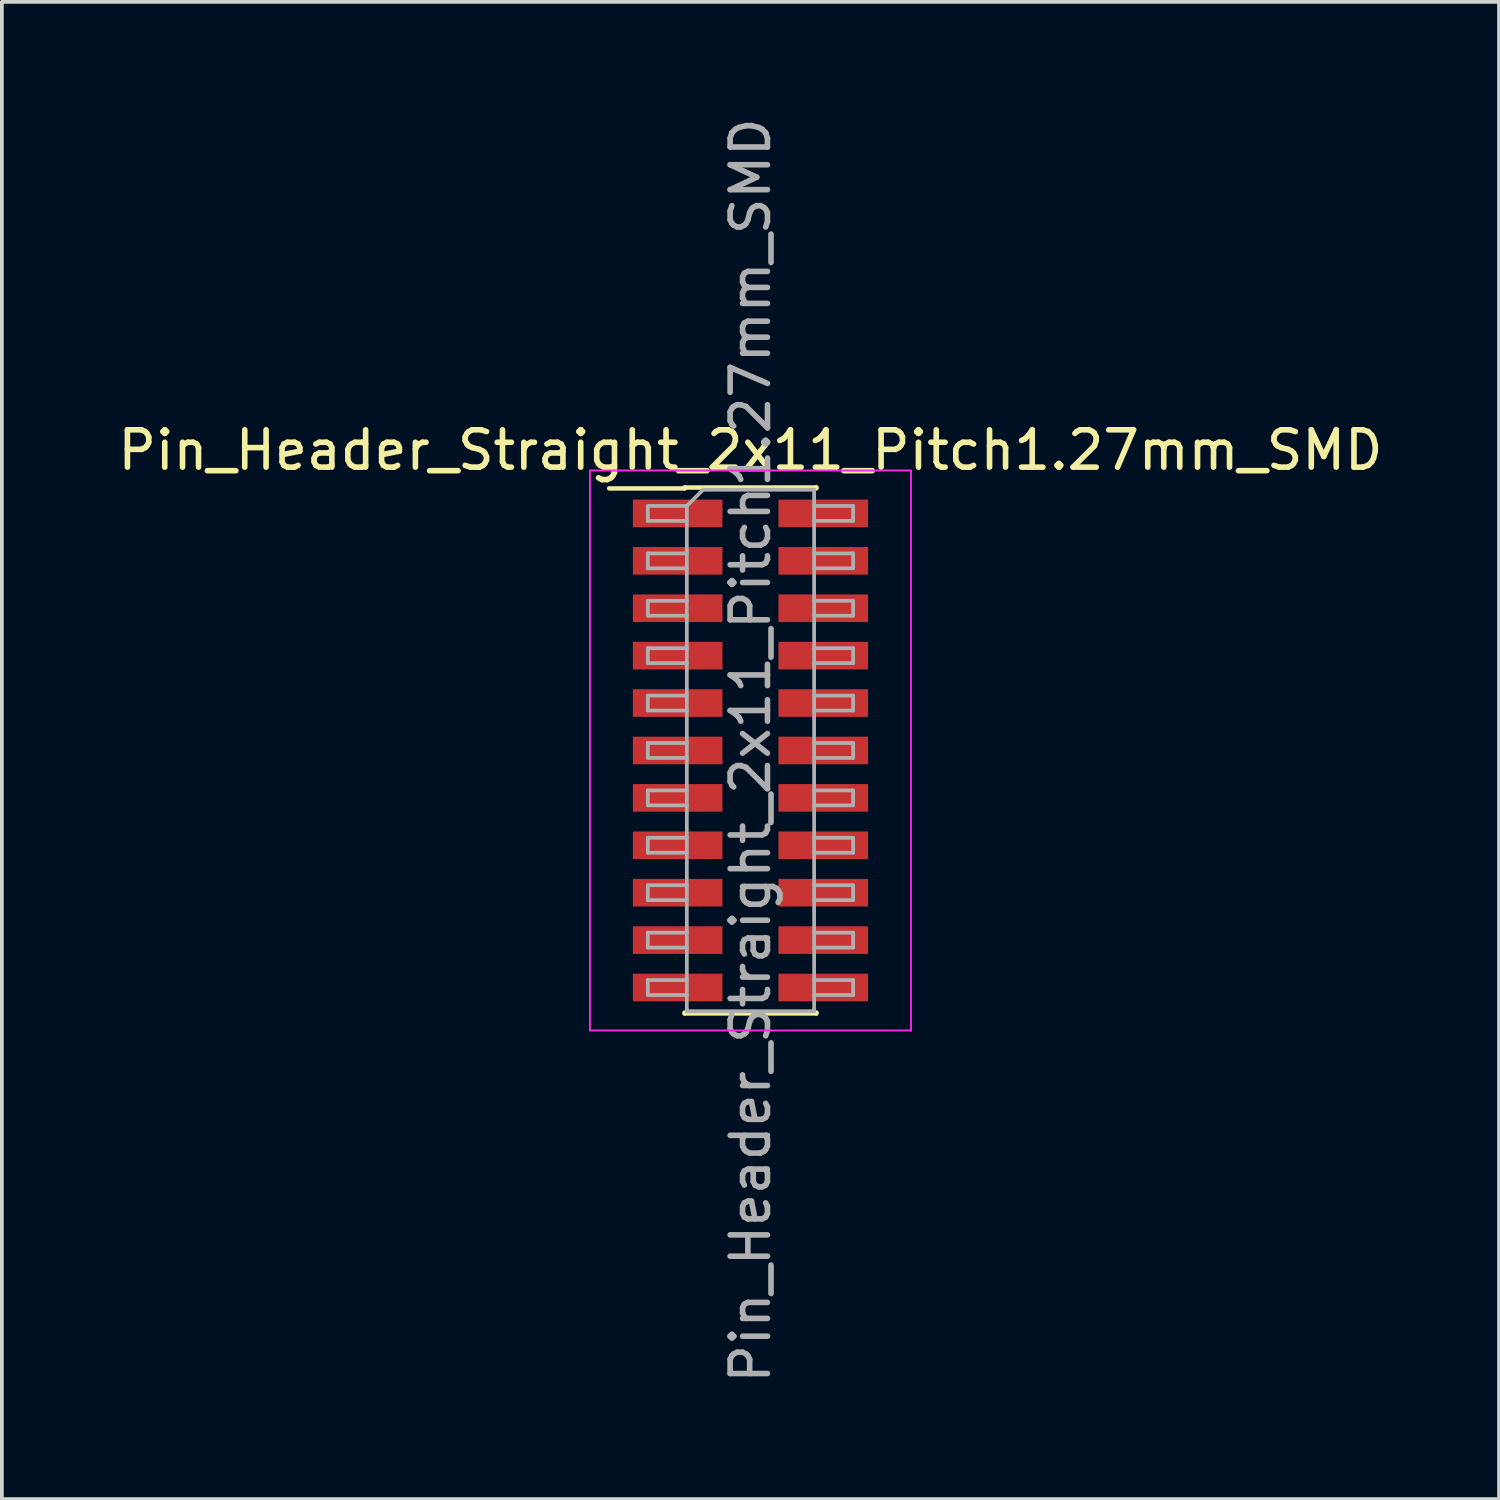
<source format=kicad_pcb>
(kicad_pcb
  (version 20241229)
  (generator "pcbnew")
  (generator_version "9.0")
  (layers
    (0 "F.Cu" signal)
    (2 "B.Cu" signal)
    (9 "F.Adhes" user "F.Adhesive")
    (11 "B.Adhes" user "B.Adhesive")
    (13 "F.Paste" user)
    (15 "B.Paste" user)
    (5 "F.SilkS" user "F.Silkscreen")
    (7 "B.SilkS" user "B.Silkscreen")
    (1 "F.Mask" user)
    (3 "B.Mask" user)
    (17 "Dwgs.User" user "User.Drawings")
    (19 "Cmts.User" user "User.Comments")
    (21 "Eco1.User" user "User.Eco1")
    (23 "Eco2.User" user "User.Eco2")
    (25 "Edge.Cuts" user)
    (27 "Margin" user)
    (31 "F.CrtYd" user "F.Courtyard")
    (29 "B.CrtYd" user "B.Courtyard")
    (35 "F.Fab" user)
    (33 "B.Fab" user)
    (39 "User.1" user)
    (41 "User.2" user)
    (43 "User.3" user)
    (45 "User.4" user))
  (footprint "Pin_Header_Straight_2x11_Pitch1.27mm_SMD"
    (layer "F.Cu")
    (at 17.054 17.054)
    (property "Reference" "Pin_Header_Straight_2x11_Pitch1.27mm_SMD" (at 0 -8.045 0) (layer "F.SilkS") (effects (font (size 1 1) (thickness 0.15))))
    (attr smd)
    (fp_line (start -3.785 -7.02) (end -1.765 -7.02) (stroke (width 0.12) (type solid)) (layer "F.SilkS"))
    (fp_line (start -1.765 -7.045) (end 1.765 -7.045) (stroke (width 0.12) (type solid)) (layer "F.SilkS"))
    (fp_line (start -1.765 -7.02) (end -1.765 -7.045) (stroke (width 0.12) (type solid)) (layer "F.SilkS"))
    (fp_line (start -1.765 7.02) (end -1.765 7.045) (stroke (width 0.12) (type solid)) (layer "F.SilkS"))
    (fp_line (start -1.765 7.045) (end 1.765 7.045) (stroke (width 0.12) (type solid)) (layer "F.SilkS"))
    (fp_line (start 1.765 -7.045) (end 1.765 -7.02) (stroke (width 0.12) (type solid)) (layer "F.SilkS"))
    (fp_line (start 1.765 7.045) (end 1.765 7.02) (stroke (width 0.12) (type solid)) (layer "F.SilkS"))
    (fp_line (start -4.3 -7.5) (end -4.3 7.5) (stroke (width 0.05) (type solid)) (layer "F.CrtYd"))
    (fp_line (start -4.3 7.5) (end 4.3 7.5) (stroke (width 0.05) (type solid)) (layer "F.CrtYd"))
    (fp_line (start 4.3 -7.5) (end -4.3 -7.5) (stroke (width 0.05) (type solid)) (layer "F.CrtYd"))
    (fp_line (start 4.3 7.5) (end 4.3 -7.5) (stroke (width 0.05) (type solid)) (layer "F.CrtYd"))
    (fp_line (start -2.75 -6.55) (end -2.75 -6.15) (stroke (width 0.1) (type solid)) (layer "F.Fab"))
    (fp_line (start -2.75 -6.15) (end -1.705 -6.15) (stroke (width 0.1) (type solid)) (layer "F.Fab"))
    (fp_line (start -2.75 -5.28) (end -2.75 -4.88) (stroke (width 0.1) (type solid)) (layer "F.Fab"))
    (fp_line (start -2.75 -4.88) (end -1.705 -4.88) (stroke (width 0.1) (type solid)) (layer "F.Fab"))
    (fp_line (start -2.75 -4.01) (end -2.75 -3.61) (stroke (width 0.1) (type solid)) (layer "F.Fab"))
    (fp_line (start -2.75 -3.61) (end -1.705 -3.61) (stroke (width 0.1) (type solid)) (layer "F.Fab"))
    (fp_line (start -2.75 -2.74) (end -2.75 -2.34) (stroke (width 0.1) (type solid)) (layer "F.Fab"))
    (fp_line (start -2.75 -2.34) (end -1.705 -2.34) (stroke (width 0.1) (type solid)) (layer "F.Fab"))
    (fp_line (start -2.75 -1.47) (end -2.75 -1.07) (stroke (width 0.1) (type solid)) (layer "F.Fab"))
    (fp_line (start -2.75 -1.07) (end -1.705 -1.07) (stroke (width 0.1) (type solid)) (layer "F.Fab"))
    (fp_line (start -2.75 -0.2) (end -2.75 0.2) (stroke (width 0.1) (type solid)) (layer "F.Fab"))
    (fp_line (start -2.75 0.2) (end -1.705 0.2) (stroke (width 0.1) (type solid)) (layer "F.Fab"))
    (fp_line (start -2.75 1.07) (end -2.75 1.47) (stroke (width 0.1) (type solid)) (layer "F.Fab"))
    (fp_line (start -2.75 1.47) (end -1.705 1.47) (stroke (width 0.1) (type solid)) (layer "F.Fab"))
    (fp_line (start -2.75 2.34) (end -2.75 2.74) (stroke (width 0.1) (type solid)) (layer "F.Fab"))
    (fp_line (start -2.75 2.74) (end -1.705 2.74) (stroke (width 0.1) (type solid)) (layer "F.Fab"))
    (fp_line (start -2.75 3.61) (end -2.75 4.01) (stroke (width 0.1) (type solid)) (layer "F.Fab"))
    (fp_line (start -2.75 4.01) (end -1.705 4.01) (stroke (width 0.1) (type solid)) (layer "F.Fab"))
    (fp_line (start -2.75 4.88) (end -2.75 5.28) (stroke (width 0.1) (type solid)) (layer "F.Fab"))
    (fp_line (start -2.75 5.28) (end -1.705 5.28) (stroke (width 0.1) (type solid)) (layer "F.Fab"))
    (fp_line (start -2.75 6.15) (end -2.75 6.55) (stroke (width 0.1) (type solid)) (layer "F.Fab"))
    (fp_line (start -2.75 6.55) (end -1.705 6.55) (stroke (width 0.1) (type solid)) (layer "F.Fab"))
    (fp_line (start -1.705 -6.55) (end -2.75 -6.55) (stroke (width 0.1) (type solid)) (layer "F.Fab"))
    (fp_line (start -1.705 -6.55) (end -1.27 -6.985) (stroke (width 0.1) (type solid)) (layer "F.Fab"))
    (fp_line (start -1.705 -5.28) (end -2.75 -5.28) (stroke (width 0.1) (type solid)) (layer "F.Fab"))
    (fp_line (start -1.705 -4.01) (end -2.75 -4.01) (stroke (width 0.1) (type solid)) (layer "F.Fab"))
    (fp_line (start -1.705 -2.74) (end -2.75 -2.74) (stroke (width 0.1) (type solid)) (layer "F.Fab"))
    (fp_line (start -1.705 -1.47) (end -2.75 -1.47) (stroke (width 0.1) (type solid)) (layer "F.Fab"))
    (fp_line (start -1.705 -0.2) (end -2.75 -0.2) (stroke (width 0.1) (type solid)) (layer "F.Fab"))
    (fp_line (start -1.705 1.07) (end -2.75 1.07) (stroke (width 0.1) (type solid)) (layer "F.Fab"))
    (fp_line (start -1.705 2.34) (end -2.75 2.34) (stroke (width 0.1) (type solid)) (layer "F.Fab"))
    (fp_line (start -1.705 3.61) (end -2.75 3.61) (stroke (width 0.1) (type solid)) (layer "F.Fab"))
    (fp_line (start -1.705 4.88) (end -2.75 4.88) (stroke (width 0.1) (type solid)) (layer "F.Fab"))
    (fp_line (start -1.705 6.15) (end -2.75 6.15) (stroke (width 0.1) (type solid)) (layer "F.Fab"))
    (fp_line (start -1.705 6.985) (end -1.705 -6.55) (stroke (width 0.1) (type solid)) (layer "F.Fab"))
    (fp_line (start -1.27 -6.985) (end 1.705 -6.985) (stroke (width 0.1) (type solid)) (layer "F.Fab"))
    (fp_line (start 1.705 -6.985) (end 1.705 6.985) (stroke (width 0.1) (type solid)) (layer "F.Fab"))
    (fp_line (start 1.705 -6.55) (end 2.75 -6.55) (stroke (width 0.1) (type solid)) (layer "F.Fab"))
    (fp_line (start 1.705 -5.28) (end 2.75 -5.28) (stroke (width 0.1) (type solid)) (layer "F.Fab"))
    (fp_line (start 1.705 -4.01) (end 2.75 -4.01) (stroke (width 0.1) (type solid)) (layer "F.Fab"))
    (fp_line (start 1.705 -2.74) (end 2.75 -2.74) (stroke (width 0.1) (type solid)) (layer "F.Fab"))
    (fp_line (start 1.705 -1.47) (end 2.75 -1.47) (stroke (width 0.1) (type solid)) (layer "F.Fab"))
    (fp_line (start 1.705 -0.2) (end 2.75 -0.2) (stroke (width 0.1) (type solid)) (layer "F.Fab"))
    (fp_line (start 1.705 1.07) (end 2.75 1.07) (stroke (width 0.1) (type solid)) (layer "F.Fab"))
    (fp_line (start 1.705 2.34) (end 2.75 2.34) (stroke (width 0.1) (type solid)) (layer "F.Fab"))
    (fp_line (start 1.705 3.61) (end 2.75 3.61) (stroke (width 0.1) (type solid)) (layer "F.Fab"))
    (fp_line (start 1.705 4.88) (end 2.75 4.88) (stroke (width 0.1) (type solid)) (layer "F.Fab"))
    (fp_line (start 1.705 6.15) (end 2.75 6.15) (stroke (width 0.1) (type solid)) (layer "F.Fab"))
    (fp_line (start 1.705 6.985) (end -1.705 6.985) (stroke (width 0.1) (type solid)) (layer "F.Fab"))
    (fp_line (start 2.75 -6.55) (end 2.75 -6.15) (stroke (width 0.1) (type solid)) (layer "F.Fab"))
    (fp_line (start 2.75 -6.15) (end 1.705 -6.15) (stroke (width 0.1) (type solid)) (layer "F.Fab"))
    (fp_line (start 2.75 -5.28) (end 2.75 -4.88) (stroke (width 0.1) (type solid)) (layer "F.Fab"))
    (fp_line (start 2.75 -4.88) (end 1.705 -4.88) (stroke (width 0.1) (type solid)) (layer "F.Fab"))
    (fp_line (start 2.75 -4.01) (end 2.75 -3.61) (stroke (width 0.1) (type solid)) (layer "F.Fab"))
    (fp_line (start 2.75 -3.61) (end 1.705 -3.61) (stroke (width 0.1) (type solid)) (layer "F.Fab"))
    (fp_line (start 2.75 -2.74) (end 2.75 -2.34) (stroke (width 0.1) (type solid)) (layer "F.Fab"))
    (fp_line (start 2.75 -2.34) (end 1.705 -2.34) (stroke (width 0.1) (type solid)) (layer "F.Fab"))
    (fp_line (start 2.75 -1.47) (end 2.75 -1.07) (stroke (width 0.1) (type solid)) (layer "F.Fab"))
    (fp_line (start 2.75 -1.07) (end 1.705 -1.07) (stroke (width 0.1) (type solid)) (layer "F.Fab"))
    (fp_line (start 2.75 -0.2) (end 2.75 0.2) (stroke (width 0.1) (type solid)) (layer "F.Fab"))
    (fp_line (start 2.75 0.2) (end 1.705 0.2) (stroke (width 0.1) (type solid)) (layer "F.Fab"))
    (fp_line (start 2.75 1.07) (end 2.75 1.47) (stroke (width 0.1) (type solid)) (layer "F.Fab"))
    (fp_line (start 2.75 1.47) (end 1.705 1.47) (stroke (width 0.1) (type solid)) (layer "F.Fab"))
    (fp_line (start 2.75 2.34) (end 2.75 2.74) (stroke (width 0.1) (type solid)) (layer "F.Fab"))
    (fp_line (start 2.75 2.74) (end 1.705 2.74) (stroke (width 0.1) (type solid)) (layer "F.Fab"))
    (fp_line (start 2.75 3.61) (end 2.75 4.01) (stroke (width 0.1) (type solid)) (layer "F.Fab"))
    (fp_line (start 2.75 4.01) (end 1.705 4.01) (stroke (width 0.1) (type solid)) (layer "F.Fab"))
    (fp_line (start 2.75 4.88) (end 2.75 5.28) (stroke (width 0.1) (type solid)) (layer "F.Fab"))
    (fp_line (start 2.75 5.28) (end 1.705 5.28) (stroke (width 0.1) (type solid)) (layer "F.Fab"))
    (fp_line (start 2.75 6.15) (end 2.75 6.55) (stroke (width 0.1) (type solid)) (layer "F.Fab"))
    (fp_line (start 2.75 6.55) (end 1.705 6.55) (stroke (width 0.1) (type solid)) (layer "F.Fab"))
    (fp_text user "${REFERENCE}" (at 0 0 90) (layer "F.Fab") (effects (font (size 1 1) (thickness 0.15))))
    (pad "1" smd rect (at -1.95 -6.35) (size 2.4 0.74) (layers "F.Cu" "F.Mask" "F.Paste"))
    (pad "2" smd rect (at 1.95 -6.35) (size 2.4 0.74) (layers "F.Cu" "F.Mask" "F.Paste"))
    (pad "3" smd rect (at -1.95 -5.08) (size 2.4 0.74) (layers "F.Cu" "F.Mask" "F.Paste"))
    (pad "4" smd rect (at 1.95 -5.08) (size 2.4 0.74) (layers "F.Cu" "F.Mask" "F.Paste"))
    (pad "5" smd rect (at -1.95 -3.81) (size 2.4 0.74) (layers "F.Cu" "F.Mask" "F.Paste"))
    (pad "6" smd rect (at 1.95 -3.81) (size 2.4 0.74) (layers "F.Cu" "F.Mask" "F.Paste"))
    (pad "7" smd rect (at -1.95 -2.54) (size 2.4 0.74) (layers "F.Cu" "F.Mask" "F.Paste"))
    (pad "8" smd rect (at 1.95 -2.54) (size 2.4 0.74) (layers "F.Cu" "F.Mask" "F.Paste"))
    (pad "9" smd rect (at -1.95 -1.27) (size 2.4 0.74) (layers "F.Cu" "F.Mask" "F.Paste"))
    (pad "10" smd rect (at 1.95 -1.27) (size 2.4 0.74) (layers "F.Cu" "F.Mask" "F.Paste"))
    (pad "11" smd rect (at -1.95 0) (size 2.4 0.74) (layers "F.Cu" "F.Mask" "F.Paste"))
    (pad "12" smd rect (at 1.95 0) (size 2.4 0.74) (layers "F.Cu" "F.Mask" "F.Paste"))
    (pad "13" smd rect (at -1.95 1.27) (size 2.4 0.74) (layers "F.Cu" "F.Mask" "F.Paste"))
    (pad "14" smd rect (at 1.95 1.27) (size 2.4 0.74) (layers "F.Cu" "F.Mask" "F.Paste"))
    (pad "15" smd rect (at -1.95 2.54) (size 2.4 0.74) (layers "F.Cu" "F.Mask" "F.Paste"))
    (pad "16" smd rect (at 1.95 2.54) (size 2.4 0.74) (layers "F.Cu" "F.Mask" "F.Paste"))
    (pad "17" smd rect (at -1.95 3.81) (size 2.4 0.74) (layers "F.Cu" "F.Mask" "F.Paste"))
    (pad "18" smd rect (at 1.95 3.81) (size 2.4 0.74) (layers "F.Cu" "F.Mask" "F.Paste"))
    (pad "19" smd rect (at -1.95 5.08) (size 2.4 0.74) (layers "F.Cu" "F.Mask" "F.Paste"))
    (pad "20" smd rect (at 1.95 5.08) (size 2.4 0.74) (layers "F.Cu" "F.Mask" "F.Paste"))
    (pad "21" smd rect (at -1.95 6.35) (size 2.4 0.74) (layers "F.Cu" "F.Mask" "F.Paste"))
    (pad "22" smd rect (at 1.95 6.35) (size 2.4 0.74) (layers "F.Cu" "F.Mask" "F.Paste")))
  (gr_rect
    (start -3 -3)
    (end 37.107 37.107)
    (stroke (width 0.1) (type default))
    (fill no)
    (layer "Edge.Cuts")))
</source>
